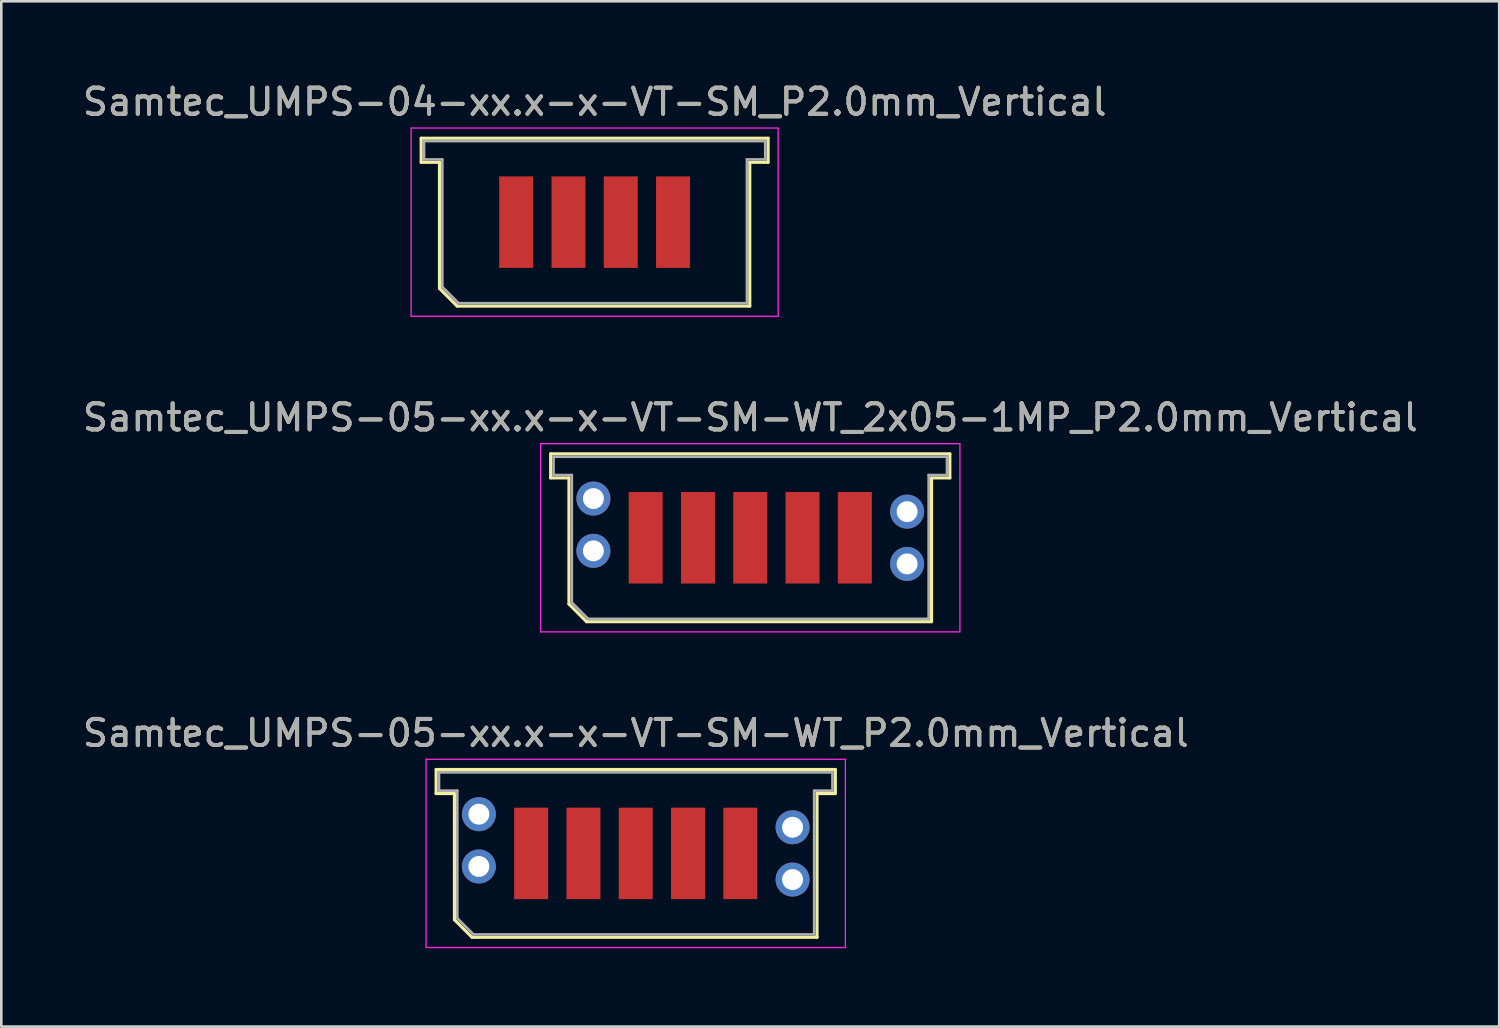
<source format=kicad_pcb>
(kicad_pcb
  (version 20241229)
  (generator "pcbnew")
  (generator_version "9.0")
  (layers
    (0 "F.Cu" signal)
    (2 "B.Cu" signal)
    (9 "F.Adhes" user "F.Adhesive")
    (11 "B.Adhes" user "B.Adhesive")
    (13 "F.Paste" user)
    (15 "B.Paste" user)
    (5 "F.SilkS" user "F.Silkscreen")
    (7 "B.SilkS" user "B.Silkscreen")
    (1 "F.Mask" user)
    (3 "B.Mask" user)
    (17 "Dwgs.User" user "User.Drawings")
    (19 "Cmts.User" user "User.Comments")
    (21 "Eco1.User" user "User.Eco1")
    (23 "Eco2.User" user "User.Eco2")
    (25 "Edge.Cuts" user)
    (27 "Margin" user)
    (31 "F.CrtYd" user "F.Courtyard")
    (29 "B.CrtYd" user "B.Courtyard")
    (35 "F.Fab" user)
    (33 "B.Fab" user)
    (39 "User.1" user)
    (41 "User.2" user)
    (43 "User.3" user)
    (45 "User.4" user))
  (footprint "Samtec_UMPS-05-xx.x-x-VT-SM-WT_P2.0mm_Vertical"
    (layer "F.Cu")
    (at 21.268 29.595)
    (property "Reference" "Samtec_UMPS-05-xx.x-x-VT-SM-WT_P2.0mm_Vertical" (at 0 -4.6 0) (layer "F.SilkS") (effects (font (size 1 1) (thickness 0.15))))
    (attr smd)
    (fp_line (start -7.635 -3.21) (end -7.635 -2.29) (stroke (width 0.12) (type solid)) (layer "F.SilkS"))
    (fp_line (start -7.635 -2.29) (end -6.935 -2.29) (stroke (width 0.12) (type solid)) (layer "F.SilkS"))
    (fp_line (start -6.935 -2.29) (end -6.935 2.535) (stroke (width 0.12) (type solid)) (layer "F.SilkS"))
    (fp_line (start -6.935 2.535) (end -6.26 3.21) (stroke (width 0.12) (type solid)) (layer "F.SilkS"))
    (fp_line (start -6.26 3.21) (end 6.935 3.21) (stroke (width 0.12) (type solid)) (layer "F.SilkS"))
    (fp_line (start 6.935 -2.29) (end 7.635 -2.29) (stroke (width 0.12) (type solid)) (layer "F.SilkS"))
    (fp_line (start 6.935 3.21) (end 6.935 -2.29) (stroke (width 0.12) (type solid)) (layer "F.SilkS"))
    (fp_line (start 7.635 -3.21) (end -7.635 -3.21) (stroke (width 0.12) (type solid)) (layer "F.SilkS"))
    (fp_line (start 7.635 -2.29) (end 7.635 -3.21) (stroke (width 0.12) (type solid)) (layer "F.SilkS"))
    (fp_line (start -8.02 -3.6) (end -8.02 3.6) (stroke (width 0.05) (type solid)) (layer "F.CrtYd"))
    (fp_line (start -8.02 3.6) (end 8.02 3.6) (stroke (width 0.05) (type solid)) (layer "F.CrtYd"))
    (fp_line (start 8.02 -3.6) (end -8.02 -3.6) (stroke (width 0.05) (type solid)) (layer "F.CrtYd"))
    (fp_line (start 8.02 3.6) (end 8.02 -3.6) (stroke (width 0.05) (type solid)) (layer "F.CrtYd"))
    (fp_line (start -7.525 -3.1) (end -7.525 -2.4) (stroke (width 0.1) (type solid)) (layer "F.Fab"))
    (fp_line (start -7.525 -2.4) (end -6.825 -2.4) (stroke (width 0.1) (type solid)) (layer "F.Fab"))
    (fp_line (start -6.825 -2.4) (end -6.825 2.48) (stroke (width 0.1) (type solid)) (layer "F.Fab"))
    (fp_line (start -6.825 2.48) (end -6.205 3.1) (stroke (width 0.1) (type solid)) (layer "F.Fab"))
    (fp_line (start -6.205 3.1) (end 6.825 3.1) (stroke (width 0.1) (type solid)) (layer "F.Fab"))
    (fp_line (start 6.825 -2.4) (end 7.525 -2.4) (stroke (width 0.1) (type solid)) (layer "F.Fab"))
    (fp_line (start 6.825 3.1) (end 6.825 -2.4) (stroke (width 0.1) (type solid)) (layer "F.Fab"))
    (fp_line (start 7.525 -3.1) (end -7.525 -3.1) (stroke (width 0.1) (type solid)) (layer "F.Fab"))
    (fp_line (start 7.525 -2.4) (end 7.525 -3.1) (stroke (width 0.1) (type solid)) (layer "F.Fab"))
    (fp_text user "${REFERENCE}" (at 0 -4.6 0) (layer "F.Fab") (effects (font (size 1 1) (thickness 0.15))))
    (pad "1" smd rect (at -4 0) (size 1.3 3.5) (layers "F.Cu" "F.Mask" "F.Paste"))
    (pad "2" smd rect (at -2 0) (size 1.3 3.5) (layers "F.Cu" "F.Mask" "F.Paste"))
    (pad "3" smd rect (at 0 0) (size 1.3 3.5) (layers "F.Cu" "F.Mask" "F.Paste"))
    (pad "4" smd rect (at 2 0) (size 1.3 3.5) (layers "F.Cu" "F.Mask" "F.Paste"))
    (pad "5" smd rect (at 4 0) (size 1.3 3.5) (layers "F.Cu" "F.Mask" "F.Paste"))
    (pad "MP" thru_hole circle (at -6 -1.5) (size 1.3 1.3) (drill 0.8) (layers "*.Cu" "*.Mask"))
    (pad "MP" thru_hole circle (at -6 0.5) (size 1.3 1.3) (drill 0.8) (layers "*.Cu" "*.Mask"))
    (pad "MP" thru_hole circle (at 6 -1) (size 1.3 1.3) (drill 0.8) (layers "*.Cu" "*.Mask"))
    (pad "MP" thru_hole circle (at 6 1) (size 1.3 1.3) (drill 0.8) (layers "*.Cu" "*.Mask")))
  (footprint "Samtec_UMPS-04-xx.x-x-VT-SM_P2.0mm_Vertical"
    (layer "F.Cu")
    (at 19.696 5.448)
    (property "Reference" "Samtec_UMPS-04-xx.x-x-VT-SM_P2.0mm_Vertical" (at 0 -4.6 0) (layer "F.SilkS") (effects (font (size 1 1) (thickness 0.15))))
    (attr smd)
    (fp_line (start -6.635 -3.21) (end -6.635 -2.29) (stroke (width 0.12) (type solid)) (layer "F.SilkS"))
    (fp_line (start -6.635 -2.29) (end -5.935 -2.29) (stroke (width 0.12) (type solid)) (layer "F.SilkS"))
    (fp_line (start -5.935 -2.29) (end -5.935 2.535) (stroke (width 0.12) (type solid)) (layer "F.SilkS"))
    (fp_line (start -5.935 2.535) (end -5.26 3.21) (stroke (width 0.12) (type solid)) (layer "F.SilkS"))
    (fp_line (start -5.26 3.21) (end 5.935 3.21) (stroke (width 0.12) (type solid)) (layer "F.SilkS"))
    (fp_line (start 5.935 -2.29) (end 6.635 -2.29) (stroke (width 0.12) (type solid)) (layer "F.SilkS"))
    (fp_line (start 5.935 3.21) (end 5.935 -2.29) (stroke (width 0.12) (type solid)) (layer "F.SilkS"))
    (fp_line (start 6.635 -3.21) (end -6.635 -3.21) (stroke (width 0.12) (type solid)) (layer "F.SilkS"))
    (fp_line (start 6.635 -2.29) (end 6.635 -3.21) (stroke (width 0.12) (type solid)) (layer "F.SilkS"))
    (fp_line (start -7.02 -3.6) (end -7.02 3.6) (stroke (width 0.05) (type solid)) (layer "F.CrtYd"))
    (fp_line (start -7.02 3.6) (end 7.02 3.6) (stroke (width 0.05) (type solid)) (layer "F.CrtYd"))
    (fp_line (start 7.02 -3.6) (end -7.02 -3.6) (stroke (width 0.05) (type solid)) (layer "F.CrtYd"))
    (fp_line (start 7.02 3.6) (end 7.02 -3.6) (stroke (width 0.05) (type solid)) (layer "F.CrtYd"))
    (fp_line (start -6.525 -3.1) (end -6.525 -2.4) (stroke (width 0.1) (type solid)) (layer "F.Fab"))
    (fp_line (start -6.525 -2.4) (end -5.825 -2.4) (stroke (width 0.1) (type solid)) (layer "F.Fab"))
    (fp_line (start -5.825 -2.4) (end -5.825 2.48) (stroke (width 0.1) (type solid)) (layer "F.Fab"))
    (fp_line (start -5.825 2.48) (end -5.205 3.1) (stroke (width 0.1) (type solid)) (layer "F.Fab"))
    (fp_line (start -5.205 3.1) (end 5.825 3.1) (stroke (width 0.1) (type solid)) (layer "F.Fab"))
    (fp_line (start 5.825 -2.4) (end 6.525 -2.4) (stroke (width 0.1) (type solid)) (layer "F.Fab"))
    (fp_line (start 5.825 3.1) (end 5.825 -2.4) (stroke (width 0.1) (type solid)) (layer "F.Fab"))
    (fp_line (start 6.525 -3.1) (end -6.525 -3.1) (stroke (width 0.1) (type solid)) (layer "F.Fab"))
    (fp_line (start 6.525 -2.4) (end 6.525 -3.1) (stroke (width 0.1) (type solid)) (layer "F.Fab"))
    (fp_text user "${REFERENCE}" (at 0 -4.6 0) (layer "F.Fab") (effects (font (size 1 1) (thickness 0.15))))
    (pad "1" smd rect (at -3 0) (size 1.3 3.5) (layers "F.Cu" "F.Mask" "F.Paste"))
    (pad "2" smd rect (at -1 0) (size 1.3 3.5) (layers "F.Cu" "F.Mask" "F.Paste"))
    (pad "3" smd rect (at 1 0) (size 1.3 3.5) (layers "F.Cu" "F.Mask" "F.Paste"))
    (pad "4" smd rect (at 3 0) (size 1.3 3.5) (layers "F.Cu" "F.Mask" "F.Paste")))
  (footprint "Samtec_UMPS-05-xx.x-x-VT-SM-WT_2x05-1MP_P2.0mm_Vertical"
    (layer "F.Cu")
    (at 25.649 17.521)
    (property "Reference" "Samtec_UMPS-05-xx.x-x-VT-SM-WT_2x05-1MP_P2.0mm_Vertical" (at 0 -4.6 0) (layer "F.SilkS") (effects (font (size 1 1) (thickness 0.15))))
    (attr smd)
    (fp_line (start -7.635 -3.21) (end -7.635 -2.29) (stroke (width 0.12) (type solid)) (layer "F.SilkS"))
    (fp_line (start -7.635 -2.29) (end -6.935 -2.29) (stroke (width 0.12) (type solid)) (layer "F.SilkS"))
    (fp_line (start -6.935 -2.29) (end -6.935 2.535) (stroke (width 0.12) (type solid)) (layer "F.SilkS"))
    (fp_line (start -6.935 2.535) (end -6.26 3.21) (stroke (width 0.12) (type solid)) (layer "F.SilkS"))
    (fp_line (start -6.26 3.21) (end 6.935 3.21) (stroke (width 0.12) (type solid)) (layer "F.SilkS"))
    (fp_line (start 6.935 -2.29) (end 7.635 -2.29) (stroke (width 0.12) (type solid)) (layer "F.SilkS"))
    (fp_line (start 6.935 3.21) (end 6.935 -2.29) (stroke (width 0.12) (type solid)) (layer "F.SilkS"))
    (fp_line (start 7.635 -3.21) (end -7.635 -3.21) (stroke (width 0.12) (type solid)) (layer "F.SilkS"))
    (fp_line (start 7.635 -2.29) (end 7.635 -3.21) (stroke (width 0.12) (type solid)) (layer "F.SilkS"))
    (fp_line (start -8.02 -3.6) (end -8.02 3.6) (stroke (width 0.05) (type solid)) (layer "F.CrtYd"))
    (fp_line (start -8.02 3.6) (end 8.02 3.6) (stroke (width 0.05) (type solid)) (layer "F.CrtYd"))
    (fp_line (start 8.02 -3.6) (end -8.02 -3.6) (stroke (width 0.05) (type solid)) (layer "F.CrtYd"))
    (fp_line (start 8.02 3.6) (end 8.02 -3.6) (stroke (width 0.05) (type solid)) (layer "F.CrtYd"))
    (fp_line (start -7.525 -3.1) (end -7.525 -2.4) (stroke (width 0.1) (type solid)) (layer "F.Fab"))
    (fp_line (start -7.525 -2.4) (end -6.825 -2.4) (stroke (width 0.1) (type solid)) (layer "F.Fab"))
    (fp_line (start -6.825 -2.4) (end -6.825 2.48) (stroke (width 0.1) (type solid)) (layer "F.Fab"))
    (fp_line (start -6.825 2.48) (end -6.205 3.1) (stroke (width 0.1) (type solid)) (layer "F.Fab"))
    (fp_line (start -6.205 3.1) (end 6.825 3.1) (stroke (width 0.1) (type solid)) (layer "F.Fab"))
    (fp_line (start 6.825 -2.4) (end 7.525 -2.4) (stroke (width 0.1) (type solid)) (layer "F.Fab"))
    (fp_line (start 6.825 3.1) (end 6.825 -2.4) (stroke (width 0.1) (type solid)) (layer "F.Fab"))
    (fp_line (start 7.525 -3.1) (end -7.525 -3.1) (stroke (width 0.1) (type solid)) (layer "F.Fab"))
    (fp_line (start 7.525 -2.4) (end 7.525 -3.1) (stroke (width 0.1) (type solid)) (layer "F.Fab"))
    (fp_text user "${REFERENCE}" (at 0 -4.6 0) (layer "F.Fab") (effects (font (size 1 1) (thickness 0.15))))
    (pad "1" smd rect (at -4 0) (size 1.3 3.5) (layers "F.Cu" "F.Mask" "F.Paste"))
    (pad "2" smd rect (at -2 0) (size 1.3 3.5) (layers "F.Cu" "F.Mask" "F.Paste"))
    (pad "3" smd rect (at 0 0) (size 1.3 3.5) (layers "F.Cu" "F.Mask" "F.Paste"))
    (pad "4" smd rect (at 2 0) (size 1.3 3.5) (layers "F.Cu" "F.Mask" "F.Paste"))
    (pad "5" smd rect (at 4 0) (size 1.3 3.5) (layers "F.Cu" "F.Mask" "F.Paste"))
    (pad "MP" thru_hole circle (at -6 -1.5) (size 1.3 1.3) (drill 0.8) (layers "*.Cu" "*.Mask"))
    (pad "MP" thru_hole circle (at -6 0.5) (size 1.3 1.3) (drill 0.8) (layers "*.Cu" "*.Mask"))
    (pad "MP" thru_hole circle (at 6 -1) (size 1.3 1.3) (drill 0.8) (layers "*.Cu" "*.Mask"))
    (pad "MP" thru_hole circle (at 6 1) (size 1.3 1.3) (drill 0.8) (layers "*.Cu" "*.Mask")))
  (gr_rect
    (start -3 -3)
    (end 54.298 36.22)
    (stroke (width 0.1) (type default))
    (fill no)
    (layer "Edge.Cuts")))
</source>
